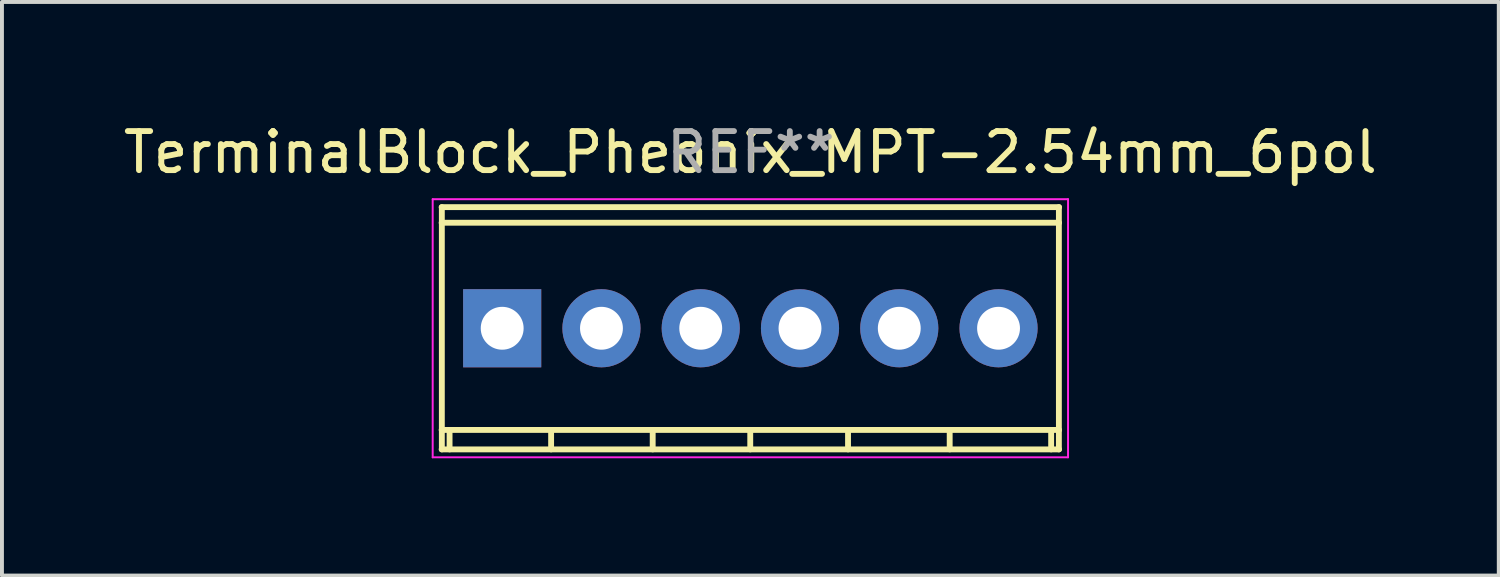
<source format=kicad_pcb>
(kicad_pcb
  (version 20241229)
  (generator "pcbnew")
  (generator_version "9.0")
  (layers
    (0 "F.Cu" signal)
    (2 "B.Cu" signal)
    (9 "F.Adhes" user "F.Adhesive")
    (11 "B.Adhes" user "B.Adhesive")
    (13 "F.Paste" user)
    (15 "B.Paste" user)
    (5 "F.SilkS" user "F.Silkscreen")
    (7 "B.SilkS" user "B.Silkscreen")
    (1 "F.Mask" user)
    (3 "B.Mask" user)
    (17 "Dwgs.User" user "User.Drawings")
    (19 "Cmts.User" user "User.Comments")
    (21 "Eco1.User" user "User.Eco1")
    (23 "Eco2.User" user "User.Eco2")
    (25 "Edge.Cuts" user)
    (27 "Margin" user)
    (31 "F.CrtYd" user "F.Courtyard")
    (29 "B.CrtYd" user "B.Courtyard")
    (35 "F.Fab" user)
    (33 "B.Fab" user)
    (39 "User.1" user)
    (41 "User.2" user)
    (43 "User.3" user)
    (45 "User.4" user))
  (footprint "TerminalBlock_Pheonix_MPT-2.54mm_6pol"
    (layer "F.Cu")
    (at 9.799 5.349)
    (property "Reference" "TerminalBlock_Pheonix_MPT-2.54mm_6pol" (at 6.35 -4.501 0) (layer "F.SilkS") (effects (font (size 1 1) (thickness 0.15))))
    (attr through_hole)
    (fp_line (start -1.549 3.099) (end 14.249 3.099) (stroke (width 0.15) (type solid)) (layer "F.SilkS"))
    (fp_line (start -1.544 -3.099) (end -1.544 3.099) (stroke (width 0.15) (type solid)) (layer "F.SilkS"))
    (fp_line (start -1.346 3.099) (end -1.346 2.601) (stroke (width 0.15) (type solid)) (layer "F.SilkS"))
    (fp_line (start 1.252 3.099) (end 1.252 2.601) (stroke (width 0.15) (type solid)) (layer "F.SilkS"))
    (fp_line (start 3.851 2.601) (end 3.851 3.099) (stroke (width 0.15) (type solid)) (layer "F.SilkS"))
    (fp_line (start 6.347 2.601) (end 6.347 3.099) (stroke (width 0.15) (type solid)) (layer "F.SilkS"))
    (fp_line (start 8.849 2.601) (end 8.849 3.099) (stroke (width 0.15) (type solid)) (layer "F.SilkS"))
    (fp_line (start 11.45 2.601) (end 11.45 3.099) (stroke (width 0.15) (type solid)) (layer "F.SilkS"))
    (fp_line (start 14.046 2.601) (end 14.046 3.099) (stroke (width 0.15) (type solid)) (layer "F.SilkS"))
    (fp_line (start 14.244 3.099) (end 14.244 -3.099) (stroke (width 0.15) (type solid)) (layer "F.SilkS"))
    (fp_line (start 14.249 -3.099) (end -1.549 -3.099) (stroke (width 0.15) (type solid)) (layer "F.SilkS"))
    (fp_line (start 14.249 -2.7) (end -1.549 -2.7) (stroke (width 0.15) (type solid)) (layer "F.SilkS"))
    (fp_line (start 14.249 2.601) (end -1.549 2.601) (stroke (width 0.15) (type solid)) (layer "F.SilkS"))
    (fp_line (start -1.778 -3.302) (end 14.478 -3.302) (stroke (width 0.05) (type solid)) (layer "F.CrtYd"))
    (fp_line (start -1.778 3.302) (end -1.778 -3.302) (stroke (width 0.05) (type solid)) (layer "F.CrtYd"))
    (fp_line (start 14.478 -3.302) (end 14.478 3.302) (stroke (width 0.05) (type solid)) (layer "F.CrtYd"))
    (fp_line (start 14.478 3.302) (end -1.778 3.302) (stroke (width 0.05) (type solid)) (layer "F.CrtYd"))
    (fp_text user "REF**" (at 6.36 -4.5 0) (layer "F.Fab") (effects (font (size 1 1) (thickness 0.15))))
    (pad "1" thru_hole rect (at 0 0 180) (size 1.999 1.999) (drill 1.097) (layers "*.Cu" "*.Mask"))
    (pad "2" thru_hole oval (at 2.54 0 180) (size 1.999 1.999) (drill 1.097) (layers "*.Cu" "*.Mask"))
    (pad "3" thru_hole oval (at 5.08 0 180) (size 1.999 1.999) (drill 1.097) (layers "*.Cu" "*.Mask"))
    (pad "4" thru_hole oval (at 7.62 0 180) (size 1.999 1.999) (drill 1.097) (layers "*.Cu" "*.Mask"))
    (pad "5" thru_hole oval (at 10.16 0 180) (size 1.999 1.999) (drill 1.097) (layers "*.Cu" "*.Mask"))
    (pad "6" thru_hole oval (at 12.7 0 180) (size 1.999 1.999) (drill 1.097) (layers "*.Cu" "*.Mask")))
  (gr_rect
    (start -3 -3)
    (end 35.298 11.676)
    (stroke (width 0.1) (type default))
    (fill no)
    (layer "Edge.Cuts")))
</source>
